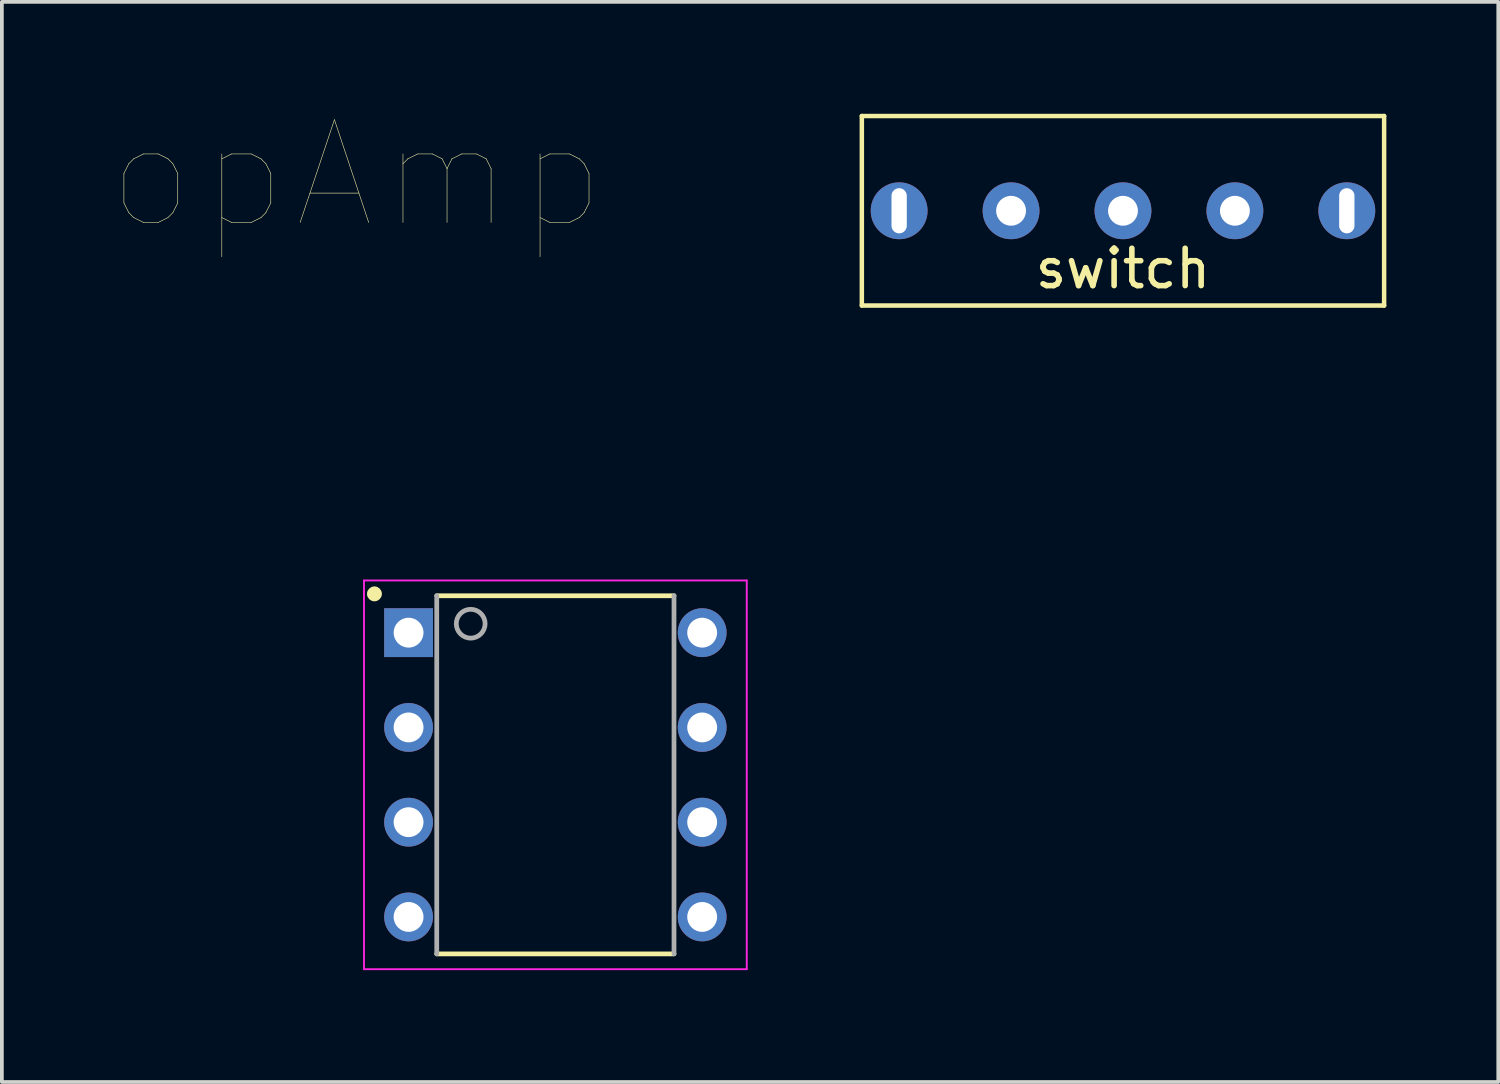
<source format=kicad_pcb>
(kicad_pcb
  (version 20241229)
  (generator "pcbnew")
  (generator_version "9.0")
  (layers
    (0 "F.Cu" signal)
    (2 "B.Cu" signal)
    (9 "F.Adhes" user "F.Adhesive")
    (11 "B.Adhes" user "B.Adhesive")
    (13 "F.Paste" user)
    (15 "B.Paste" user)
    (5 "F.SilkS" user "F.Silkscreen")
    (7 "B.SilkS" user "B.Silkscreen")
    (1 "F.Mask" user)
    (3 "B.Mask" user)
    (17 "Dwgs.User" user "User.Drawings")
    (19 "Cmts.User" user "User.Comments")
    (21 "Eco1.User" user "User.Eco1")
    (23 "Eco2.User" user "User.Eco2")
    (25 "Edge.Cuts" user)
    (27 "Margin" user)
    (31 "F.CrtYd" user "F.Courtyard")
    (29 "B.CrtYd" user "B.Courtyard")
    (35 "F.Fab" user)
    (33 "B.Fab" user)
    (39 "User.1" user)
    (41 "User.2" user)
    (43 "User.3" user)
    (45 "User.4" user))
  (footprint "opAmp"
    (layer "F.Cu")
    (at 11.837 17.719)
    (property "Reference" "opAmp" (at -5.332 -16.08 0) (layer "F.SilkS") (effects (font (size 2.756 2.756) (thickness 0.015))))
    (attr through_hole)
    (fp_line (start -3.18 -4.8) (end 3.18 -4.8) (stroke (width 0.127) (type solid)) (layer "F.SilkS"))
    (fp_line (start 3.18 4.8) (end -3.18 4.8) (stroke (width 0.127) (type solid)) (layer "F.SilkS"))
    (fp_circle (center -4.85 -4.85) (end -4.75 -4.85) (stroke (width 0.2) (type solid)) (fill no) (layer "F.SilkS"))
    (fp_line (start -5.13 -5.21) (end -5.13 5.21) (stroke (width 0.05) (type solid)) (layer "F.CrtYd"))
    (fp_line (start -5.13 5.21) (end 5.13 5.21) (stroke (width 0.05) (type solid)) (layer "F.CrtYd"))
    (fp_line (start 5.13 -5.21) (end -5.13 -5.21) (stroke (width 0.05) (type solid)) (layer "F.CrtYd"))
    (fp_line (start 5.13 5.21) (end 5.13 -5.21) (stroke (width 0.05) (type solid)) (layer "F.CrtYd"))
    (fp_line (start -3.18 4.8) (end -3.18 -4.8) (stroke (width 0.127) (type solid)) (layer "F.Fab"))
    (fp_line (start 3.18 -4.8) (end 3.18 4.8) (stroke (width 0.127) (type solid)) (layer "F.Fab"))
    (fp_circle (center -2.27 -4.05) (end -1.884 -4.05) (stroke (width 0.127) (type solid)) (fill no) (layer "F.Fab"))
    (pad "1" thru_hole rect (at -3.935 -3.81) (size 1.308 1.308) (drill 0.8) (layers "*.Cu" "*.Mask"))
    (pad "2" thru_hole circle (at -3.935 -1.27) (size 1.308 1.308) (drill 0.8) (layers "*.Cu" "*.Mask"))
    (pad "3" thru_hole circle (at -3.935 1.27) (size 1.308 1.308) (drill 0.8) (layers "*.Cu" "*.Mask"))
    (pad "4" thru_hole circle (at -3.935 3.81) (size 1.308 1.308) (drill 0.8) (layers "*.Cu" "*.Mask"))
    (pad "5" thru_hole circle (at 3.935 3.81) (size 1.308 1.308) (drill 0.8) (layers "*.Cu" "*.Mask"))
    (pad "6" thru_hole circle (at 3.935 1.27) (size 1.308 1.308) (drill 0.8) (layers "*.Cu" "*.Mask"))
    (pad "7" thru_hole circle (at 3.935 -1.27) (size 1.308 1.308) (drill 0.8) (layers "*.Cu" "*.Mask"))
    (pad "8" thru_hole circle (at 3.935 -3.81) (size 1.308 1.308) (drill 0.8) (layers "*.Cu" "*.Mask")))
  (footprint "switch"
    (layer "F.Cu")
    (at 27.052 2.6)
    (property "Reference" "switch" (at 0 1.55 0) (layer "F.SilkS") (effects (font (size 1 1) (thickness 0.15))))
    (attr through_hole)
    (fp_line (start -7 -2.54) (end -7 2.54) (stroke (width 0.12) (type solid)) (layer "F.SilkS"))
    (fp_line (start 7 -2.54) (end -7 -2.54) (stroke (width 0.12) (type solid)) (layer "F.SilkS"))
    (fp_line (start 7 -2.54) (end 7 2.54) (stroke (width 0.12) (type solid)) (layer "F.SilkS"))
    (fp_line (start 7 2.54) (end -7 2.54) (stroke (width 0.12) (type solid)) (layer "F.SilkS"))
    (pad "" np_thru_hole circle (at -6 0) (size 1.524 1.524) (drill oval 0.41 1.21) (layers "*.Cu" "*.Mask"))
    (pad "" np_thru_hole circle (at 6 0) (size 1.524 1.524) (drill oval 0.41 1.21) (layers "*.Cu" "*.Mask"))
    (pad "1" thru_hole circle (at -3 0) (size 1.524 1.524) (drill 0.8) (layers "*.Cu" "*.Mask"))
    (pad "2" thru_hole circle (at 0 0) (size 1.524 1.524) (drill 0.8) (layers "*.Cu" "*.Mask"))
    (pad "3" thru_hole circle (at 3 0) (size 1.524 1.524) (drill 0.8) (layers "*.Cu" "*.Mask")))
  (gr_rect
    (start -3 -3)
    (end 37.112 25.954)
    (stroke (width 0.1) (type default))
    (fill no)
    (layer "Edge.Cuts")))
</source>
